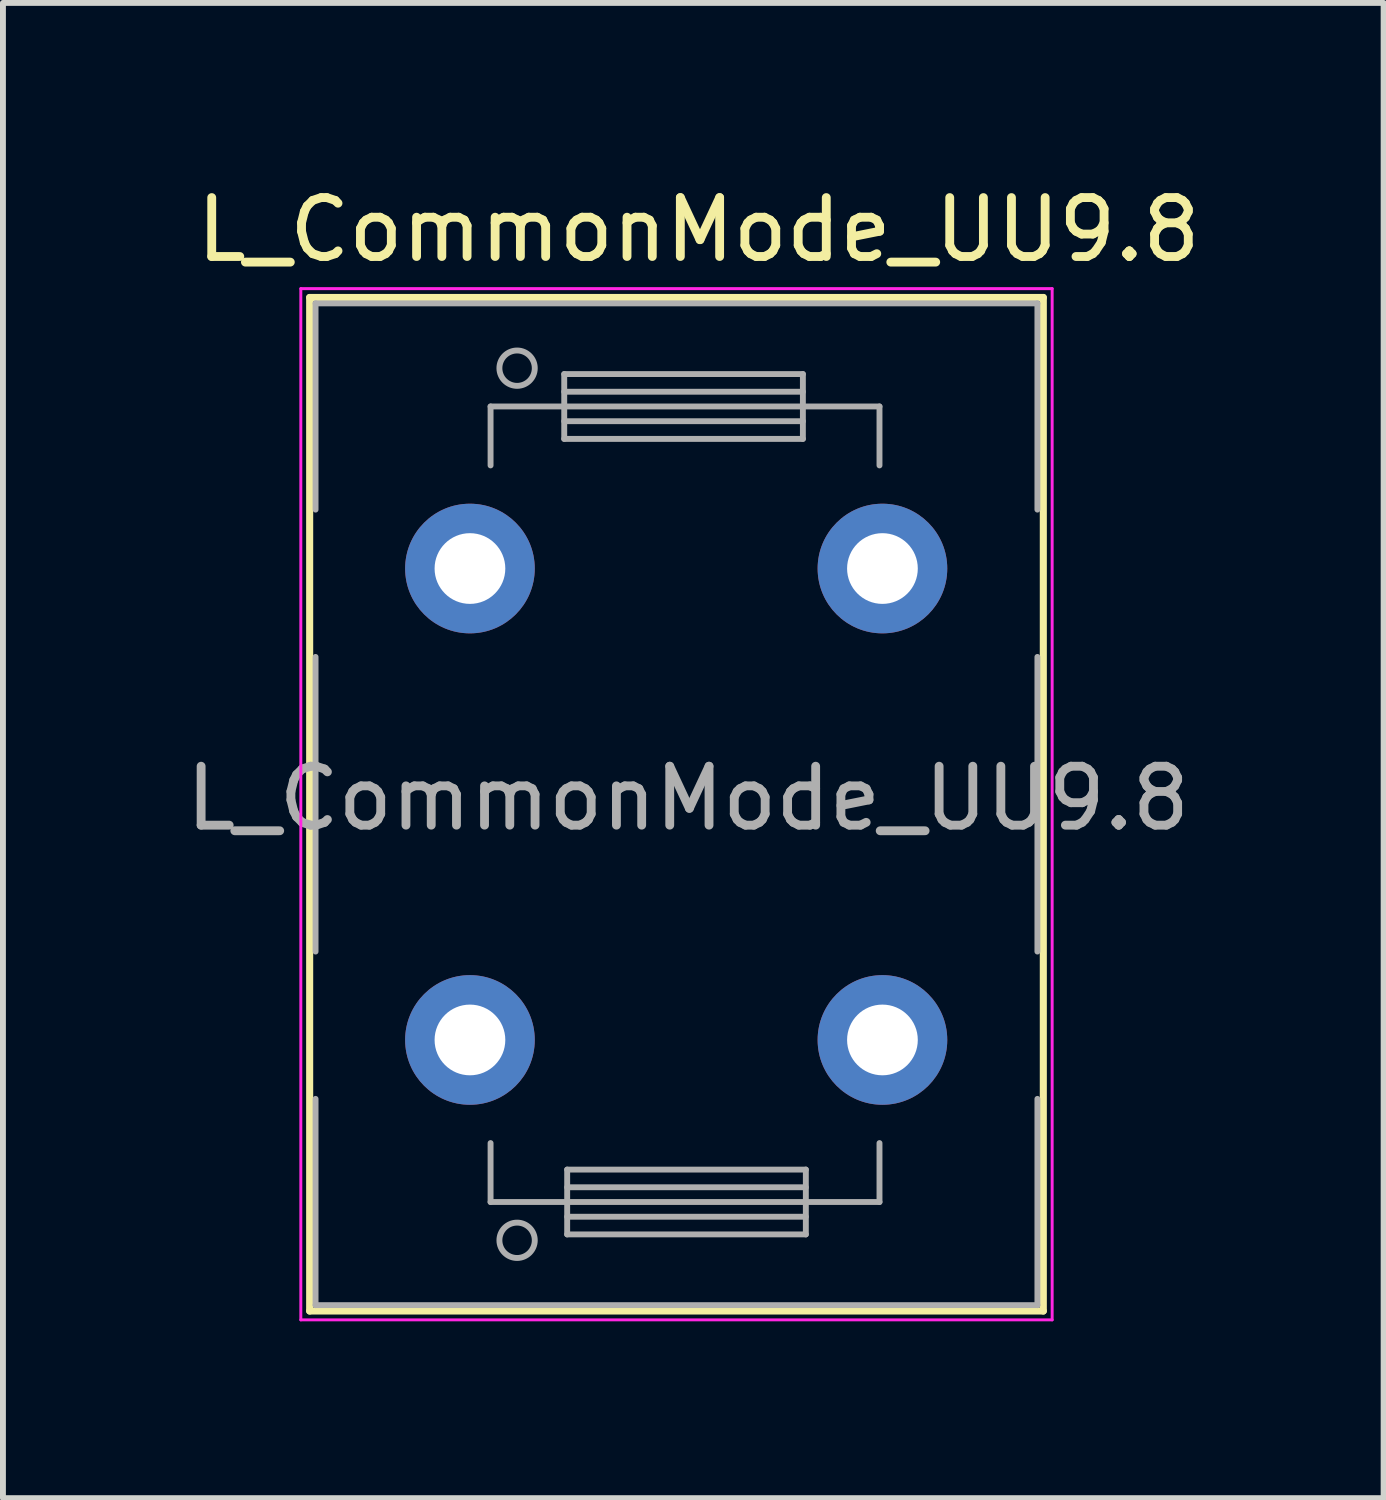
<source format=kicad_pcb>
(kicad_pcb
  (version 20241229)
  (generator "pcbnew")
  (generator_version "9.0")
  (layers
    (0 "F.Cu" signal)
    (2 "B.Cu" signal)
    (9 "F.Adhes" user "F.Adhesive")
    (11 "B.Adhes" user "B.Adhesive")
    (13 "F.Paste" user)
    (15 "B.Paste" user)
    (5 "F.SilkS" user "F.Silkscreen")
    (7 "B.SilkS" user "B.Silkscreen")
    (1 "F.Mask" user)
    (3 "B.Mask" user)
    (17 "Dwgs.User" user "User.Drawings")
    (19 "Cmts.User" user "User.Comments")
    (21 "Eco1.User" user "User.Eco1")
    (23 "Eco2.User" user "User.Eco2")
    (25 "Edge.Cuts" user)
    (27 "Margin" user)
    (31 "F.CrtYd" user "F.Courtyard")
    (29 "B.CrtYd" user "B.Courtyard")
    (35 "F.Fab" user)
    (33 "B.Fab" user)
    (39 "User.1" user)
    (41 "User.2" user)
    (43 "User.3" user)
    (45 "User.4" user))
  (footprint "L_CommonMode_UU9.8"
    (layer "F.Cu")
    (at 4.925 6.598)
    (property "Reference" "L_CommonMode_UU9.8" (at 3.88 -5.75 0) (layer "F.SilkS") (effects (font (size 1 1) (thickness 0.15))))
    (attr through_hole)
    (fp_line (start -2.72 -4.6) (end 9.73 -4.6) (stroke (width 0.12) (type solid)) (layer "F.SilkS"))
    (fp_line (start -2.72 12.6) (end -2.72 -4.6) (stroke (width 0.12) (type solid)) (layer "F.SilkS"))
    (fp_line (start 9.73 -4.6) (end 9.73 12.6) (stroke (width 0.12) (type solid)) (layer "F.SilkS"))
    (fp_line (start 9.73 12.6) (end -2.72 12.6) (stroke (width 0.12) (type solid)) (layer "F.SilkS"))
    (fp_line (start -2.87 -4.75) (end 9.88 -4.75) (stroke (width 0.05) (type solid)) (layer "F.CrtYd"))
    (fp_line (start -2.87 12.75) (end -2.87 -4.75) (stroke (width 0.05) (type solid)) (layer "F.CrtYd"))
    (fp_line (start 9.88 -4.75) (end 9.88 12.75) (stroke (width 0.05) (type solid)) (layer "F.CrtYd"))
    (fp_line (start 9.88 12.75) (end -2.87 12.75) (stroke (width 0.05) (type solid)) (layer "F.CrtYd"))
    (fp_line (start -2.62 -4.5) (end 9.63 -4.5) (stroke (width 0.1) (type solid)) (layer "F.Fab"))
    (fp_line (start -2.62 -1) (end -2.62 -4.5) (stroke (width 0.1) (type solid)) (layer "F.Fab"))
    (fp_line (start -2.62 6.5) (end -2.62 1.5) (stroke (width 0.1) (type solid)) (layer "F.Fab"))
    (fp_line (start -2.62 12.5) (end -2.62 9) (stroke (width 0.1) (type solid)) (layer "F.Fab"))
    (fp_line (start 0.35 -2.75) (end 1.6 -2.75) (stroke (width 0.1) (type solid)) (layer "F.Fab"))
    (fp_line (start 0.35 -1.75) (end 0.35 -2.75) (stroke (width 0.1) (type solid)) (layer "F.Fab"))
    (fp_line (start 0.35 9.75) (end 0.35 10.75) (stroke (width 0.1) (type solid)) (layer "F.Fab"))
    (fp_line (start 0.35 10.75) (end 1.6 10.75) (stroke (width 0.1) (type solid)) (layer "F.Fab"))
    (fp_line (start 1.6 -3.3) (end 5.65 -3.3) (stroke (width 0.1) (type solid)) (layer "F.Fab"))
    (fp_line (start 1.6 -2.75) (end 5.65 -2.75) (stroke (width 0.1) (type solid)) (layer "F.Fab"))
    (fp_line (start 1.6 -2.5) (end 5.65 -2.5) (stroke (width 0.1) (type solid)) (layer "F.Fab"))
    (fp_line (start 1.6 -2.2) (end 1.6 -3.3) (stroke (width 0.1) (type solid)) (layer "F.Fab"))
    (fp_line (start 1.65 10.2) (end 5.7 10.2) (stroke (width 0.1) (type solid)) (layer "F.Fab"))
    (fp_line (start 1.65 11) (end 5.7 11) (stroke (width 0.1) (type solid)) (layer "F.Fab"))
    (fp_line (start 1.65 11.3) (end 1.65 10.2) (stroke (width 0.1) (type solid)) (layer "F.Fab"))
    (fp_line (start 5.65 -3.3) (end 5.65 -2.2) (stroke (width 0.1) (type solid)) (layer "F.Fab"))
    (fp_line (start 5.65 -3) (end 1.6 -3) (stroke (width 0.1) (type solid)) (layer "F.Fab"))
    (fp_line (start 5.65 -2.2) (end 1.6 -2.2) (stroke (width 0.1) (type solid)) (layer "F.Fab"))
    (fp_line (start 5.7 10.2) (end 5.7 11.3) (stroke (width 0.1) (type solid)) (layer "F.Fab"))
    (fp_line (start 5.7 10.5) (end 1.65 10.5) (stroke (width 0.1) (type solid)) (layer "F.Fab"))
    (fp_line (start 5.7 10.75) (end 1.65 10.75) (stroke (width 0.1) (type solid)) (layer "F.Fab"))
    (fp_line (start 5.7 11.3) (end 1.65 11.3) (stroke (width 0.1) (type solid)) (layer "F.Fab"))
    (fp_line (start 6.95 -2.75) (end 5.7 -2.75) (stroke (width 0.1) (type solid)) (layer "F.Fab"))
    (fp_line (start 6.95 -1.75) (end 6.95 -2.75) (stroke (width 0.1) (type solid)) (layer "F.Fab"))
    (fp_line (start 6.95 9.75) (end 6.95 10.75) (stroke (width 0.1) (type solid)) (layer "F.Fab"))
    (fp_line (start 6.95 10.75) (end 5.7 10.75) (stroke (width 0.1) (type solid)) (layer "F.Fab"))
    (fp_line (start 9.63 -4.5) (end 9.63 -1) (stroke (width 0.1) (type solid)) (layer "F.Fab"))
    (fp_line (start 9.63 1.5) (end 9.63 6.5) (stroke (width 0.1) (type solid)) (layer "F.Fab"))
    (fp_line (start 9.63 9) (end 9.63 12.5) (stroke (width 0.1) (type solid)) (layer "F.Fab"))
    (fp_line (start 9.63 12.5) (end -2.62 12.5) (stroke (width 0.1) (type solid)) (layer "F.Fab"))
    (fp_circle (center 0.8 -3.4) (end 1.1 -3.4) (stroke (width 0.1) (type solid)) (fill no) (layer "F.Fab"))
    (fp_circle (center 0.8 11.4) (end 1.1 11.4) (stroke (width 0.1) (type solid)) (fill no) (layer "F.Fab"))
    (fp_text user "${REFERENCE}" (at 3.7 3.9 0) (layer "F.Fab") (effects (font (size 1 1) (thickness 0.15))))
    (pad "1" thru_hole circle (at 0 0) (size 2.2 2.2) (drill 1.2) (layers "*.Cu" "*.Mask"))
    (pad "2" thru_hole circle (at 7 0) (size 2.2 2.2) (drill 1.2) (layers "*.Cu" "*.Mask"))
    (pad "3" thru_hole circle (at 7 8) (size 2.2 2.2) (drill 1.2) (layers "*.Cu" "*.Mask"))
    (pad "4" thru_hole circle (at 0 8) (size 2.2 2.2) (drill 1.2) (layers "*.Cu" "*.Mask")))
  (gr_rect
    (start -3 -3)
    (end 20.43 22.373)
    (stroke (width 0.1) (type default))
    (fill no)
    (layer "Edge.Cuts")))
</source>
